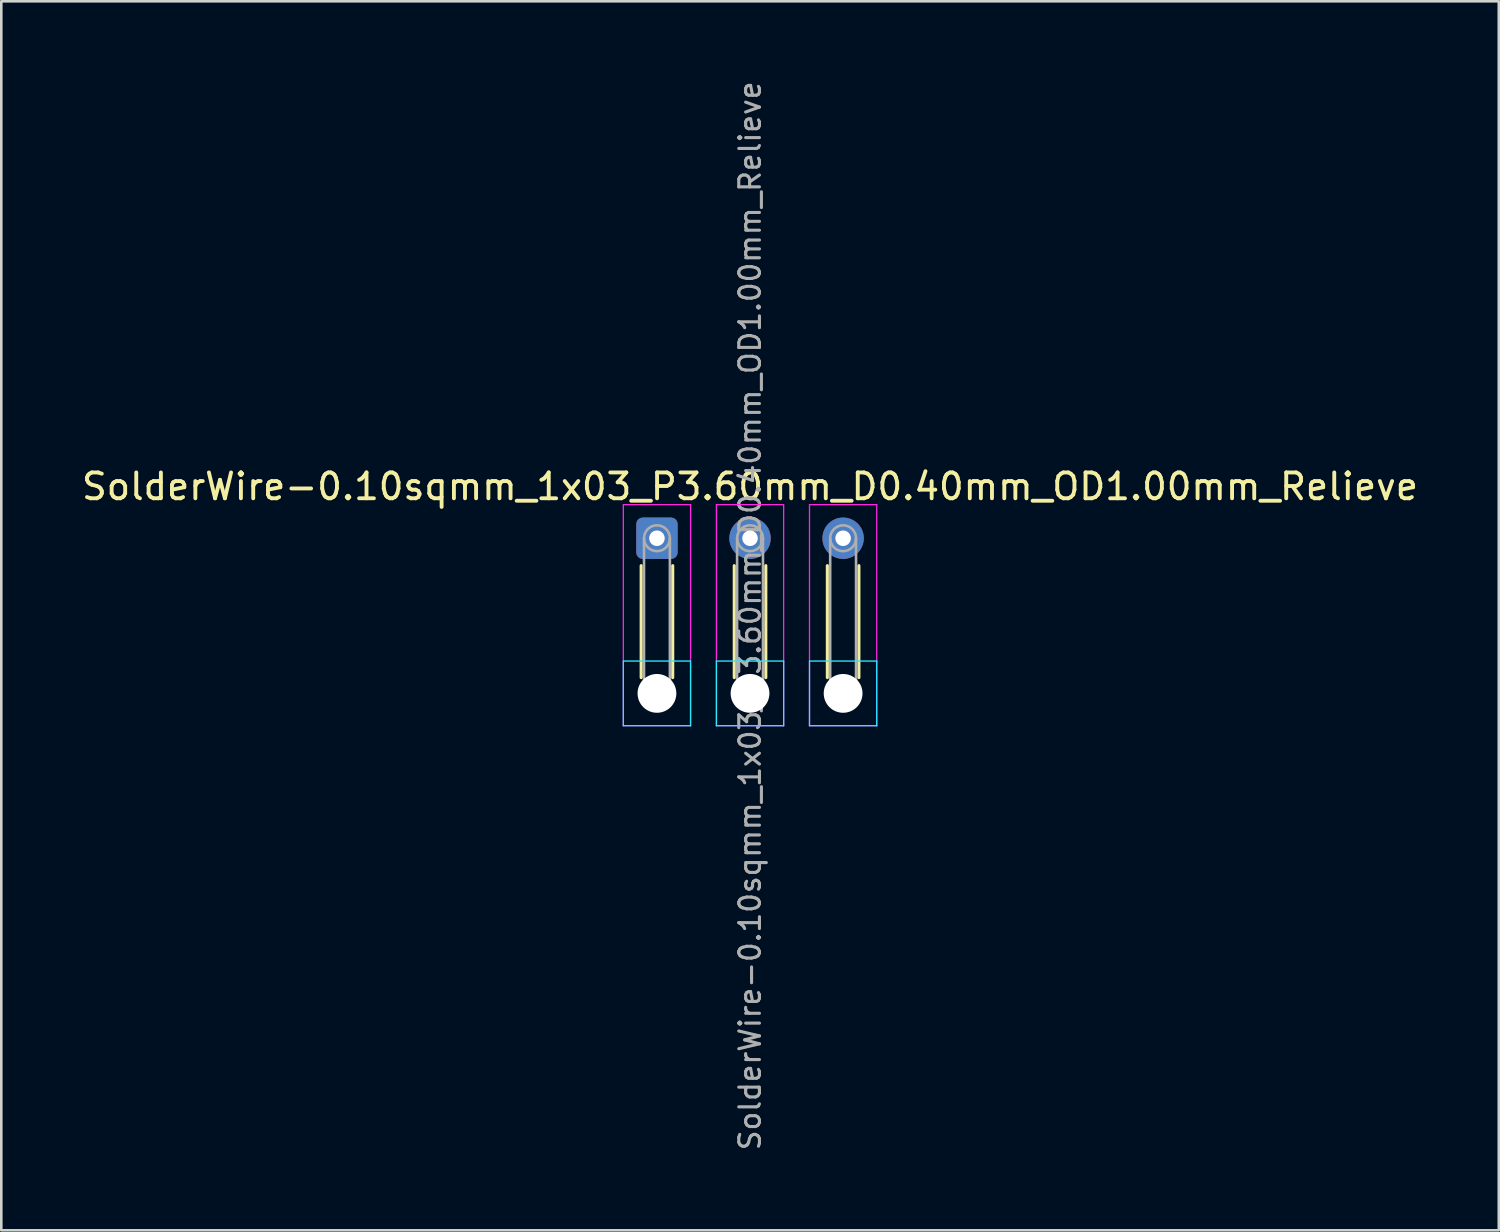
<source format=kicad_pcb>
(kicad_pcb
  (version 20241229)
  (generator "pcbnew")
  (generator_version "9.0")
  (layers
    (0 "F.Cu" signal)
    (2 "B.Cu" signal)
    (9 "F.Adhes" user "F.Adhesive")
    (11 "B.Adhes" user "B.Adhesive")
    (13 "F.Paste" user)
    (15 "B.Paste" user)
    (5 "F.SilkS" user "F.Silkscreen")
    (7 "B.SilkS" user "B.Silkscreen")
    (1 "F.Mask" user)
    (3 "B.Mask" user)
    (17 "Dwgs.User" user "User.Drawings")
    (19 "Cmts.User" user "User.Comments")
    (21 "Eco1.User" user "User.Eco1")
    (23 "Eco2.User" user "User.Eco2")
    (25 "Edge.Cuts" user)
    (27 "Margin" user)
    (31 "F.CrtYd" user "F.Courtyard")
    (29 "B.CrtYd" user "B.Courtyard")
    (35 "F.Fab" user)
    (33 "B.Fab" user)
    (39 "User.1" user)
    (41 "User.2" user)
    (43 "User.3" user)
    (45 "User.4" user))
  (footprint "SolderWire-0.10sqmm_1x03_P3.60mm_D0.40mm_OD1.00mm_Relieve"
    (layer "F.Cu")
    (at 22.358 17.767)
    (property "Reference" "SolderWire-0.10sqmm_1x03_P3.60mm_D0.40mm_OD1.00mm_Relieve" (at 3.6 -2 0) (layer "F.SilkS") (effects (font (size 1 1) (thickness 0.15))))
    (attr exclude_from_pos_files exclude_from_bom)
    (fp_line (start -0.61 1.06) (end -0.61 5.39) (stroke (width 0.12) (type solid)) (layer "F.SilkS"))
    (fp_line (start 0.61 1.06) (end 0.61 5.39) (stroke (width 0.12) (type solid)) (layer "F.SilkS"))
    (fp_line (start 2.99 1.06) (end 2.99 5.39) (stroke (width 0.12) (type solid)) (layer "F.SilkS"))
    (fp_line (start 4.21 1.06) (end 4.21 5.39) (stroke (width 0.12) (type solid)) (layer "F.SilkS"))
    (fp_line (start 6.59 1.06) (end 6.59 5.39) (stroke (width 0.12) (type solid)) (layer "F.SilkS"))
    (fp_line (start 7.81 1.06) (end 7.81 5.39) (stroke (width 0.12) (type solid)) (layer "F.SilkS"))
    (fp_line (start -1.3 4.75) (end -1.3 7.25) (stroke (width 0.05) (type solid)) (layer "B.CrtYd"))
    (fp_line (start -1.3 7.25) (end 1.3 7.25) (stroke (width 0.05) (type solid)) (layer "B.CrtYd"))
    (fp_line (start 1.3 4.75) (end -1.3 4.75) (stroke (width 0.05) (type solid)) (layer "B.CrtYd"))
    (fp_line (start 1.3 7.25) (end 1.3 4.75) (stroke (width 0.05) (type solid)) (layer "B.CrtYd"))
    (fp_line (start 2.3 4.75) (end 2.3 7.25) (stroke (width 0.05) (type solid)) (layer "B.CrtYd"))
    (fp_line (start 2.3 7.25) (end 4.9 7.25) (stroke (width 0.05) (type solid)) (layer "B.CrtYd"))
    (fp_line (start 4.9 4.75) (end 2.3 4.75) (stroke (width 0.05) (type solid)) (layer "B.CrtYd"))
    (fp_line (start 4.9 7.25) (end 4.9 4.75) (stroke (width 0.05) (type solid)) (layer "B.CrtYd"))
    (fp_line (start 5.9 4.75) (end 5.9 7.25) (stroke (width 0.05) (type solid)) (layer "B.CrtYd"))
    (fp_line (start 5.9 7.25) (end 8.5 7.25) (stroke (width 0.05) (type solid)) (layer "B.CrtYd"))
    (fp_line (start 8.5 4.75) (end 5.9 4.75) (stroke (width 0.05) (type solid)) (layer "B.CrtYd"))
    (fp_line (start 8.5 7.25) (end 8.5 4.75) (stroke (width 0.05) (type solid)) (layer "B.CrtYd"))
    (fp_line (start -1.3 -1.3) (end -1.3 7.25) (stroke (width 0.05) (type solid)) (layer "F.CrtYd"))
    (fp_line (start -1.3 7.25) (end 1.3 7.25) (stroke (width 0.05) (type solid)) (layer "F.CrtYd"))
    (fp_line (start 1.3 -1.3) (end -1.3 -1.3) (stroke (width 0.05) (type solid)) (layer "F.CrtYd"))
    (fp_line (start 1.3 7.25) (end 1.3 -1.3) (stroke (width 0.05) (type solid)) (layer "F.CrtYd"))
    (fp_line (start 2.3 -1.3) (end 2.3 7.25) (stroke (width 0.05) (type solid)) (layer "F.CrtYd"))
    (fp_line (start 2.3 7.25) (end 4.9 7.25) (stroke (width 0.05) (type solid)) (layer "F.CrtYd"))
    (fp_line (start 4.9 -1.3) (end 2.3 -1.3) (stroke (width 0.05) (type solid)) (layer "F.CrtYd"))
    (fp_line (start 4.9 7.25) (end 4.9 -1.3) (stroke (width 0.05) (type solid)) (layer "F.CrtYd"))
    (fp_line (start 5.9 -1.3) (end 5.9 7.25) (stroke (width 0.05) (type solid)) (layer "F.CrtYd"))
    (fp_line (start 5.9 7.25) (end 8.5 7.25) (stroke (width 0.05) (type solid)) (layer "F.CrtYd"))
    (fp_line (start 8.5 -1.3) (end 5.9 -1.3) (stroke (width 0.05) (type solid)) (layer "F.CrtYd"))
    (fp_line (start 8.5 7.25) (end 8.5 -1.3) (stroke (width 0.05) (type solid)) (layer "F.CrtYd"))
    (fp_line (start -0.5 0) (end -0.5 6) (stroke (width 0.1) (type solid)) (layer "F.Fab"))
    (fp_line (start 0.5 0) (end 0.5 6) (stroke (width 0.1) (type solid)) (layer "F.Fab"))
    (fp_line (start 3.1 0) (end 3.1 6) (stroke (width 0.1) (type solid)) (layer "F.Fab"))
    (fp_line (start 4.1 0) (end 4.1 6) (stroke (width 0.1) (type solid)) (layer "F.Fab"))
    (fp_line (start 6.7 0) (end 6.7 6) (stroke (width 0.1) (type solid)) (layer "F.Fab"))
    (fp_line (start 7.7 0) (end 7.7 6) (stroke (width 0.1) (type solid)) (layer "F.Fab"))
    (fp_circle (center 0 0) (end 0.5 0) (stroke (width 0.1) (type solid)) (fill no) (layer "F.Fab"))
    (fp_circle (center 0 6) (end 0.5 6) (stroke (width 0.1) (type solid)) (fill no) (layer "F.Fab"))
    (fp_circle (center 3.6 0) (end 4.1 0) (stroke (width 0.1) (type solid)) (fill no) (layer "F.Fab"))
    (fp_circle (center 3.6 6) (end 4.1 6) (stroke (width 0.1) (type solid)) (fill no) (layer "F.Fab"))
    (fp_circle (center 7.2 0) (end 7.7 0) (stroke (width 0.1) (type solid)) (fill no) (layer "F.Fab"))
    (fp_circle (center 7.2 6) (end 7.7 6) (stroke (width 0.1) (type solid)) (fill no) (layer "F.Fab"))
    (fp_text user "${REFERENCE}" (at 3.6 3 90) (layer "F.Fab") (effects (font (size 0.8 0.8) (thickness 0.12))))
    (pad "" np_thru_hole circle (at 0 6) (size 1.5 1.5) (drill 1.5) (layers "*.Cu" "*.Mask"))
    (pad "" np_thru_hole circle (at 3.6 6) (size 1.5 1.5) (drill 1.5) (layers "*.Cu" "*.Mask"))
    (pad "" np_thru_hole circle (at 7.2 6) (size 1.5 1.5) (drill 1.5) (layers "*.Cu" "*.Mask"))
    (pad "1" thru_hole roundrect (at 0 0) (size 1.6 1.6) (drill 0.6) (layers "*.Cu" "*.Mask") (roundrect_rratio 0.156))
    (pad "2" thru_hole circle (at 3.6 0) (size 1.6 1.6) (drill 0.6) (layers "*.Cu" "*.Mask"))
    (pad "3" thru_hole circle (at 7.2 0) (size 1.6 1.6) (drill 0.6) (layers "*.Cu" "*.Mask")))
  (gr_rect
    (start -3 -3)
    (end 54.917 44.533)
    (stroke (width 0.1) (type default))
    (fill no)
    (layer "Edge.Cuts")))
</source>
